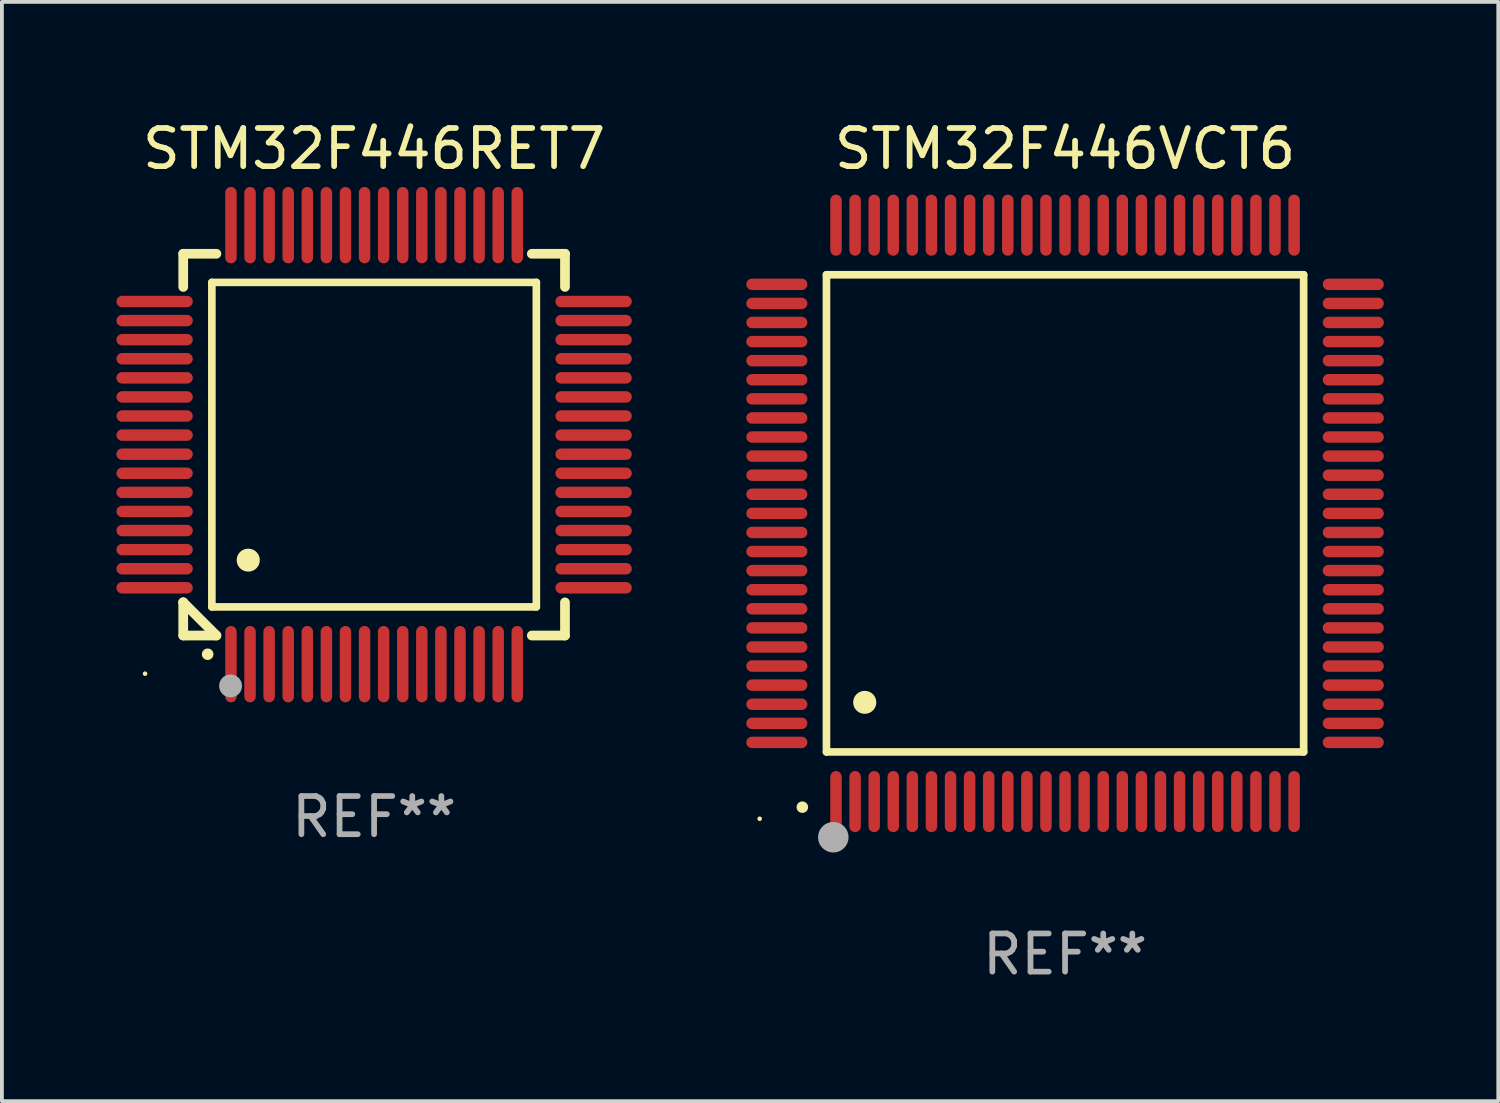
<source format=kicad_pcb>
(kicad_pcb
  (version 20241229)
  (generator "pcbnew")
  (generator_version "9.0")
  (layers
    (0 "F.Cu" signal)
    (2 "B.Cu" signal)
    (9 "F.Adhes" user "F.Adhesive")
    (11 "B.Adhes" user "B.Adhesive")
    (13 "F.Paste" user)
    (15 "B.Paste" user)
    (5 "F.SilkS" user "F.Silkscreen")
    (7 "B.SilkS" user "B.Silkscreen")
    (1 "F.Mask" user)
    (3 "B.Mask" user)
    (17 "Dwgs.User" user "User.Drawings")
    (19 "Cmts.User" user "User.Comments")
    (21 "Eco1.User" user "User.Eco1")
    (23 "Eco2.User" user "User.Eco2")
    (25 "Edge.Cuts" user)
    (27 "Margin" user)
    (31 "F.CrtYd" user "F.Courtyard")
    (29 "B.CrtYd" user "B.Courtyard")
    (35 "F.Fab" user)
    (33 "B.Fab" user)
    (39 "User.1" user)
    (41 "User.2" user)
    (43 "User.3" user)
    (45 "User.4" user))
  (footprint "STM32F446RET7"
    (layer "F.Cu")
    (at 6.75 8.598)
    (property "Reference" "STM32F446RET7" (at 0 -7.75 0) (layer "F.SilkS") (effects (font (size 1 1) (thickness 0.15))))
    (attr through_hole)
    (fp_line (start -5 -5) (end -4.131 -5) (stroke (width 0.254) (type solid)) (layer "F.SilkS"))
    (fp_line (start -5 -4.131) (end -5 -5) (stroke (width 0.254) (type solid)) (layer "F.SilkS"))
    (fp_line (start -5 4.131) (end -5 4.131) (stroke (width 0.254) (type solid)) (layer "F.SilkS"))
    (fp_line (start -5 5) (end -5 4.131) (stroke (width 0.254) (type solid)) (layer "F.SilkS"))
    (fp_line (start -5 4.131) (end -4.131 5) (stroke (width 0.254) (type solid)) (layer "F.SilkS"))
    (fp_line (start -4.25 -4.25) (end -4.25 4.25) (stroke (width 0.2) (type solid)) (layer "F.SilkS"))
    (fp_line (start -4.25 4.25) (end 4.25 4.25) (stroke (width 0.2) (type solid)) (layer "F.SilkS"))
    (fp_line (start -4.131 5) (end -5 5) (stroke (width 0.254) (type solid)) (layer "F.SilkS"))
    (fp_line (start 4.25 -4.25) (end -4.25 -4.25) (stroke (width 0.2) (type solid)) (layer "F.SilkS"))
    (fp_line (start 4.25 4.25) (end 4.25 -4.25) (stroke (width 0.2) (type solid)) (layer "F.SilkS"))
    (fp_line (start 5 -5) (end 4.131 -5) (stroke (width 0.254) (type solid)) (layer "F.SilkS"))
    (fp_line (start 5 -5) (end 5 -4.131) (stroke (width 0.254) (type solid)) (layer "F.SilkS"))
    (fp_line (start 5 4.131) (end 5 5) (stroke (width 0.254) (type solid)) (layer "F.SilkS"))
    (fp_line (start 5 5) (end 4.131 5) (stroke (width 0.254) (type solid)) (layer "F.SilkS"))
    (fp_arc (start -4.361265 5.489992) (mid -4.359995 5.489987) (end -4.358725 5.489992) (stroke (width 0.3) (type solid)) (layer "F.SilkS"))
    (fp_arc (start -3.299467 3.025146) (mid -3.296927 3.025135) (end -3.294387 3.025146) (stroke (width 0.6) (type solid)) (layer "F.SilkS"))
    (fp_circle (center -6 6) (end -5.97 6) (stroke (width 0.06) (type solid)) (fill no) (layer "F.SilkS"))
    (fp_circle (center -3.76 6.32) (end -3.61 6.32) (stroke (width 0.3) (type solid)) (fill no) (layer "F.Fab"))
    (fp_text user "REF**" (at 0 9.75 0) (layer "F.Fab") (effects (font (size 1 1) (thickness 0.15))))
    (pad "1" smd oval (at -3.75 5.75) (size 0.3 2) (layers "F.Cu" "F.Mask" "F.Paste"))
    (pad "2" smd oval (at -3.25 5.75) (size 0.3 2) (layers "F.Cu" "F.Mask" "F.Paste"))
    (pad "3" smd oval (at -2.75 5.75) (size 0.3 2) (layers "F.Cu" "F.Mask" "F.Paste"))
    (pad "4" smd oval (at -2.25 5.75) (size 0.3 2) (layers "F.Cu" "F.Mask" "F.Paste"))
    (pad "5" smd oval (at -1.75 5.75) (size 0.3 2) (layers "F.Cu" "F.Mask" "F.Paste"))
    (pad "6" smd oval (at -1.25 5.75) (size 0.3 2) (layers "F.Cu" "F.Mask" "F.Paste"))
    (pad "7" smd oval (at -0.75 5.75) (size 0.3 2) (layers "F.Cu" "F.Mask" "F.Paste"))
    (pad "8" smd oval (at -0.25 5.75) (size 0.3 2) (layers "F.Cu" "F.Mask" "F.Paste"))
    (pad "9" smd oval (at 0.25 5.75) (size 0.3 2) (layers "F.Cu" "F.Mask" "F.Paste"))
    (pad "10" smd oval (at 0.75 5.75) (size 0.3 2) (layers "F.Cu" "F.Mask" "F.Paste"))
    (pad "11" smd oval (at 1.25 5.75) (size 0.3 2) (layers "F.Cu" "F.Mask" "F.Paste"))
    (pad "12" smd oval (at 1.75 5.75) (size 0.3 2) (layers "F.Cu" "F.Mask" "F.Paste"))
    (pad "13" smd oval (at 2.25 5.75) (size 0.3 2) (layers "F.Cu" "F.Mask" "F.Paste"))
    (pad "14" smd oval (at 2.75 5.75) (size 0.3 2) (layers "F.Cu" "F.Mask" "F.Paste"))
    (pad "15" smd oval (at 3.25 5.75) (size 0.3 2) (layers "F.Cu" "F.Mask" "F.Paste"))
    (pad "16" smd oval (at 3.75 5.75) (size 0.3 2) (layers "F.Cu" "F.Mask" "F.Paste"))
    (pad "17" smd oval (at 5.75 3.75) (size 2 0.3) (layers "F.Cu" "F.Mask" "F.Paste"))
    (pad "18" smd oval (at 5.75 3.25) (size 2 0.3) (layers "F.Cu" "F.Mask" "F.Paste"))
    (pad "19" smd oval (at 5.75 2.75) (size 2 0.3) (layers "F.Cu" "F.Mask" "F.Paste"))
    (pad "20" smd oval (at 5.75 2.25) (size 2 0.3) (layers "F.Cu" "F.Mask" "F.Paste"))
    (pad "21" smd oval (at 5.75 1.75) (size 2 0.3) (layers "F.Cu" "F.Mask" "F.Paste"))
    (pad "22" smd oval (at 5.75 1.25) (size 2 0.3) (layers "F.Cu" "F.Mask" "F.Paste"))
    (pad "23" smd oval (at 5.75 0.75) (size 2 0.3) (layers "F.Cu" "F.Mask" "F.Paste"))
    (pad "24" smd oval (at 5.75 0.25) (size 2 0.3) (layers "F.Cu" "F.Mask" "F.Paste"))
    (pad "25" smd oval (at 5.75 -0.25) (size 2 0.3) (layers "F.Cu" "F.Mask" "F.Paste"))
    (pad "26" smd oval (at 5.75 -0.75) (size 2 0.3) (layers "F.Cu" "F.Mask" "F.Paste"))
    (pad "27" smd oval (at 5.75 -1.25) (size 2 0.3) (layers "F.Cu" "F.Mask" "F.Paste"))
    (pad "28" smd oval (at 5.75 -1.75) (size 2 0.3) (layers "F.Cu" "F.Mask" "F.Paste"))
    (pad "29" smd oval (at 5.75 -2.25) (size 2 0.3) (layers "F.Cu" "F.Mask" "F.Paste"))
    (pad "30" smd oval (at 5.75 -2.75) (size 2 0.3) (layers "F.Cu" "F.Mask" "F.Paste"))
    (pad "31" smd oval (at 5.75 -3.25) (size 2 0.3) (layers "F.Cu" "F.Mask" "F.Paste"))
    (pad "32" smd oval (at 5.75 -3.75) (size 2 0.3) (layers "F.Cu" "F.Mask" "F.Paste"))
    (pad "33" smd oval (at 3.75 -5.75) (size 0.3 2) (layers "F.Cu" "F.Mask" "F.Paste"))
    (pad "34" smd oval (at 3.25 -5.75) (size 0.3 2) (layers "F.Cu" "F.Mask" "F.Paste"))
    (pad "35" smd oval (at 2.75 -5.75) (size 0.3 2) (layers "F.Cu" "F.Mask" "F.Paste"))
    (pad "36" smd oval (at 2.25 -5.75) (size 0.3 2) (layers "F.Cu" "F.Mask" "F.Paste"))
    (pad "37" smd oval (at 1.75 -5.75) (size 0.3 2) (layers "F.Cu" "F.Mask" "F.Paste"))
    (pad "38" smd oval (at 1.25 -5.75) (size 0.3 2) (layers "F.Cu" "F.Mask" "F.Paste"))
    (pad "39" smd oval (at 0.75 -5.75) (size 0.3 2) (layers "F.Cu" "F.Mask" "F.Paste"))
    (pad "40" smd oval (at 0.25 -5.75) (size 0.3 2) (layers "F.Cu" "F.Mask" "F.Paste"))
    (pad "41" smd oval (at -0.25 -5.75) (size 0.3 2) (layers "F.Cu" "F.Mask" "F.Paste"))
    (pad "42" smd oval (at -0.75 -5.75) (size 0.3 2) (layers "F.Cu" "F.Mask" "F.Paste"))
    (pad "43" smd oval (at -1.25 -5.75) (size 0.3 2) (layers "F.Cu" "F.Mask" "F.Paste"))
    (pad "44" smd oval (at -1.75 -5.75) (size 0.3 2) (layers "F.Cu" "F.Mask" "F.Paste"))
    (pad "45" smd oval (at -2.25 -5.75) (size 0.3 2) (layers "F.Cu" "F.Mask" "F.Paste"))
    (pad "46" smd oval (at -2.75 -5.75) (size 0.3 2) (layers "F.Cu" "F.Mask" "F.Paste"))
    (pad "47" smd oval (at -3.25 -5.75) (size 0.3 2) (layers "F.Cu" "F.Mask" "F.Paste"))
    (pad "48" smd oval (at -3.75 -5.75) (size 0.3 2) (layers "F.Cu" "F.Mask" "F.Paste"))
    (pad "49" smd oval (at -5.75 -3.75) (size 2 0.3) (layers "F.Cu" "F.Mask" "F.Paste"))
    (pad "50" smd oval (at -5.75 -3.25) (size 2 0.3) (layers "F.Cu" "F.Mask" "F.Paste"))
    (pad "51" smd oval (at -5.75 -2.75) (size 2 0.3) (layers "F.Cu" "F.Mask" "F.Paste"))
    (pad "52" smd oval (at -5.75 -2.25) (size 2 0.3) (layers "F.Cu" "F.Mask" "F.Paste"))
    (pad "53" smd oval (at -5.75 -1.75) (size 2 0.3) (layers "F.Cu" "F.Mask" "F.Paste"))
    (pad "54" smd oval (at -5.75 -1.25) (size 2 0.3) (layers "F.Cu" "F.Mask" "F.Paste"))
    (pad "55" smd oval (at -5.75 -0.75) (size 2 0.3) (layers "F.Cu" "F.Mask" "F.Paste"))
    (pad "56" smd oval (at -5.75 -0.25) (size 2 0.3) (layers "F.Cu" "F.Mask" "F.Paste"))
    (pad "57" smd oval (at -5.75 0.25) (size 2 0.3) (layers "F.Cu" "F.Mask" "F.Paste"))
    (pad "58" smd oval (at -5.75 0.75) (size 2 0.3) (layers "F.Cu" "F.Mask" "F.Paste"))
    (pad "59" smd oval (at -5.75 1.25) (size 2 0.3) (layers "F.Cu" "F.Mask" "F.Paste"))
    (pad "60" smd oval (at -5.75 1.75) (size 2 0.3) (layers "F.Cu" "F.Mask" "F.Paste"))
    (pad "61" smd oval (at -5.75 2.25) (size 2 0.3) (layers "F.Cu" "F.Mask" "F.Paste"))
    (pad "62" smd oval (at -5.75 2.75) (size 2 0.3) (layers "F.Cu" "F.Mask" "F.Paste"))
    (pad "63" smd oval (at -5.75 3.25) (size 2 0.3) (layers "F.Cu" "F.Mask" "F.Paste"))
    (pad "64" smd oval (at -5.75 3.75) (size 2 0.3) (layers "F.Cu" "F.Mask" "F.Paste")))
  (footprint "STM32F446VCT6"
    (layer "F.Cu")
    (at 24.85 10.398)
    (property "Reference" "STM32F446VCT6" (at 0 -9.55 0) (layer "F.SilkS") (effects (font (size 1 1) (thickness 0.15))))
    (attr through_hole)
    (fp_line (start -6.25 -6.25) (end -6.25 6.25) (stroke (width 0.2) (type solid)) (layer "F.SilkS"))
    (fp_line (start -6.25 6.25) (end 6.25 6.25) (stroke (width 0.2) (type solid)) (layer "F.SilkS"))
    (fp_line (start 6.25 -6.25) (end -6.25 -6.25) (stroke (width 0.2) (type solid)) (layer "F.SilkS"))
    (fp_line (start 6.25 6.25) (end 6.25 -6.25) (stroke (width 0.2) (type solid)) (layer "F.SilkS"))
    (fp_arc (start -6.883414 7.696215) (mid -6.882144 7.69621) (end -6.880874 7.696215) (stroke (width 0.3) (type solid)) (layer "F.SilkS"))
    (fp_arc (start -5.250191 4.95047) (mid -5.247651 4.950459) (end -5.245111 4.95047) (stroke (width 0.6) (type solid)) (layer "F.SilkS"))
    (fp_circle (center -8 8) (end -7.97 8) (stroke (width 0.06) (type solid)) (fill no) (layer "F.SilkS"))
    (fp_circle (center -6.071 8.484) (end -5.871 8.484) (stroke (width 0.4) (type solid)) (fill no) (layer "F.Fab"))
    (fp_text user "REF**" (at 0 11.55 0) (layer "F.Fab") (effects (font (size 1 1) (thickness 0.15))))
    (pad "1" smd oval (at -6 7.55) (size 0.3 1.6) (layers "F.Cu" "F.Mask" "F.Paste"))
    (pad "2" smd oval (at -5.5 7.55) (size 0.3 1.6) (layers "F.Cu" "F.Mask" "F.Paste"))
    (pad "3" smd oval (at -5 7.55) (size 0.3 1.6) (layers "F.Cu" "F.Mask" "F.Paste"))
    (pad "4" smd oval (at -4.5 7.55) (size 0.3 1.6) (layers "F.Cu" "F.Mask" "F.Paste"))
    (pad "5" smd oval (at -4 7.55) (size 0.3 1.6) (layers "F.Cu" "F.Mask" "F.Paste"))
    (pad "6" smd oval (at -3.5 7.55) (size 0.3 1.6) (layers "F.Cu" "F.Mask" "F.Paste"))
    (pad "7" smd oval (at -3 7.55) (size 0.3 1.6) (layers "F.Cu" "F.Mask" "F.Paste"))
    (pad "8" smd oval (at -2.5 7.55) (size 0.3 1.6) (layers "F.Cu" "F.Mask" "F.Paste"))
    (pad "9" smd oval (at -2 7.55) (size 0.3 1.6) (layers "F.Cu" "F.Mask" "F.Paste"))
    (pad "10" smd oval (at -1.5 7.55) (size 0.3 1.6) (layers "F.Cu" "F.Mask" "F.Paste"))
    (pad "11" smd oval (at -1 7.55) (size 0.3 1.6) (layers "F.Cu" "F.Mask" "F.Paste"))
    (pad "12" smd oval (at -0.5 7.55) (size 0.3 1.6) (layers "F.Cu" "F.Mask" "F.Paste"))
    (pad "13" smd oval (at 0 7.55) (size 0.3 1.6) (layers "F.Cu" "F.Mask" "F.Paste"))
    (pad "14" smd oval (at 0.5 7.55) (size 0.3 1.6) (layers "F.Cu" "F.Mask" "F.Paste"))
    (pad "15" smd oval (at 1 7.55) (size 0.3 1.6) (layers "F.Cu" "F.Mask" "F.Paste"))
    (pad "16" smd oval (at 1.5 7.55) (size 0.3 1.6) (layers "F.Cu" "F.Mask" "F.Paste"))
    (pad "17" smd oval (at 2 7.55) (size 0.3 1.6) (layers "F.Cu" "F.Mask" "F.Paste"))
    (pad "18" smd oval (at 2.5 7.55) (size 0.3 1.6) (layers "F.Cu" "F.Mask" "F.Paste"))
    (pad "19" smd oval (at 3 7.55) (size 0.3 1.6) (layers "F.Cu" "F.Mask" "F.Paste"))
    (pad "20" smd oval (at 3.5 7.55) (size 0.3 1.6) (layers "F.Cu" "F.Mask" "F.Paste"))
    (pad "21" smd oval (at 4 7.55) (size 0.3 1.6) (layers "F.Cu" "F.Mask" "F.Paste"))
    (pad "22" smd oval (at 4.5 7.55) (size 0.3 1.6) (layers "F.Cu" "F.Mask" "F.Paste"))
    (pad "23" smd oval (at 5 7.55) (size 0.3 1.6) (layers "F.Cu" "F.Mask" "F.Paste"))
    (pad "24" smd oval (at 5.5 7.55) (size 0.3 1.6) (layers "F.Cu" "F.Mask" "F.Paste"))
    (pad "25" smd oval (at 6 7.55) (size 0.3 1.6) (layers "F.Cu" "F.Mask" "F.Paste"))
    (pad "26" smd oval (at 7.55 6) (size 1.6 0.3) (layers "F.Cu" "F.Mask" "F.Paste"))
    (pad "27" smd oval (at 7.55 5.5) (size 1.6 0.3) (layers "F.Cu" "F.Mask" "F.Paste"))
    (pad "28" smd oval (at 7.55 5) (size 1.6 0.3) (layers "F.Cu" "F.Mask" "F.Paste"))
    (pad "29" smd oval (at 7.55 4.5) (size 1.6 0.3) (layers "F.Cu" "F.Mask" "F.Paste"))
    (pad "30" smd oval (at 7.55 4) (size 1.6 0.3) (layers "F.Cu" "F.Mask" "F.Paste"))
    (pad "31" smd oval (at 7.55 3.5) (size 1.6 0.3) (layers "F.Cu" "F.Mask" "F.Paste"))
    (pad "32" smd oval (at 7.55 3) (size 1.6 0.3) (layers "F.Cu" "F.Mask" "F.Paste"))
    (pad "33" smd oval (at 7.55 2.5) (size 1.6 0.3) (layers "F.Cu" "F.Mask" "F.Paste"))
    (pad "34" smd oval (at 7.55 2) (size 1.6 0.3) (layers "F.Cu" "F.Mask" "F.Paste"))
    (pad "35" smd oval (at 7.55 1.5) (size 1.6 0.3) (layers "F.Cu" "F.Mask" "F.Paste"))
    (pad "36" smd oval (at 7.55 1) (size 1.6 0.3) (layers "F.Cu" "F.Mask" "F.Paste"))
    (pad "37" smd oval (at 7.55 0.5) (size 1.6 0.3) (layers "F.Cu" "F.Mask" "F.Paste"))
    (pad "38" smd oval (at 7.55 0) (size 1.6 0.3) (layers "F.Cu" "F.Mask" "F.Paste"))
    (pad "39" smd oval (at 7.55 -0.5) (size 1.6 0.3) (layers "F.Cu" "F.Mask" "F.Paste"))
    (pad "40" smd oval (at 7.55 -1) (size 1.6 0.3) (layers "F.Cu" "F.Mask" "F.Paste"))
    (pad "41" smd oval (at 7.55 -1.5) (size 1.6 0.3) (layers "F.Cu" "F.Mask" "F.Paste"))
    (pad "42" smd oval (at 7.55 -2) (size 1.6 0.3) (layers "F.Cu" "F.Mask" "F.Paste"))
    (pad "43" smd oval (at 7.55 -2.5) (size 1.6 0.3) (layers "F.Cu" "F.Mask" "F.Paste"))
    (pad "44" smd oval (at 7.55 -3) (size 1.6 0.3) (layers "F.Cu" "F.Mask" "F.Paste"))
    (pad "45" smd oval (at 7.55 -3.5) (size 1.6 0.3) (layers "F.Cu" "F.Mask" "F.Paste"))
    (pad "46" smd oval (at 7.55 -4) (size 1.6 0.3) (layers "F.Cu" "F.Mask" "F.Paste"))
    (pad "47" smd oval (at 7.55 -4.5) (size 1.6 0.3) (layers "F.Cu" "F.Mask" "F.Paste"))
    (pad "48" smd oval (at 7.55 -5) (size 1.6 0.3) (layers "F.Cu" "F.Mask" "F.Paste"))
    (pad "49" smd oval (at 7.55 -5.5) (size 1.6 0.3) (layers "F.Cu" "F.Mask" "F.Paste"))
    (pad "50" smd oval (at 7.55 -6) (size 1.6 0.3) (layers "F.Cu" "F.Mask" "F.Paste"))
    (pad "51" smd oval (at 6 -7.55) (size 0.3 1.6) (layers "F.Cu" "F.Mask" "F.Paste"))
    (pad "52" smd oval (at 5.5 -7.55) (size 0.3 1.6) (layers "F.Cu" "F.Mask" "F.Paste"))
    (pad "53" smd oval (at 5 -7.55) (size 0.3 1.6) (layers "F.Cu" "F.Mask" "F.Paste"))
    (pad "54" smd oval (at 4.5 -7.55) (size 0.3 1.6) (layers "F.Cu" "F.Mask" "F.Paste"))
    (pad "55" smd oval (at 4 -7.55) (size 0.3 1.6) (layers "F.Cu" "F.Mask" "F.Paste"))
    (pad "56" smd oval (at 3.5 -7.55) (size 0.3 1.6) (layers "F.Cu" "F.Mask" "F.Paste"))
    (pad "57" smd oval (at 3 -7.55) (size 0.3 1.6) (layers "F.Cu" "F.Mask" "F.Paste"))
    (pad "58" smd oval (at 2.5 -7.55) (size 0.3 1.6) (layers "F.Cu" "F.Mask" "F.Paste"))
    (pad "59" smd oval (at 2 -7.55) (size 0.3 1.6) (layers "F.Cu" "F.Mask" "F.Paste"))
    (pad "60" smd oval (at 1.5 -7.55) (size 0.3 1.6) (layers "F.Cu" "F.Mask" "F.Paste"))
    (pad "61" smd oval (at 1 -7.55) (size 0.3 1.6) (layers "F.Cu" "F.Mask" "F.Paste"))
    (pad "62" smd oval (at 0.5 -7.55) (size 0.3 1.6) (layers "F.Cu" "F.Mask" "F.Paste"))
    (pad "63" smd oval (at 0 -7.55) (size 0.3 1.6) (layers "F.Cu" "F.Mask" "F.Paste"))
    (pad "64" smd oval (at -0.5 -7.55) (size 0.3 1.6) (layers "F.Cu" "F.Mask" "F.Paste"))
    (pad "65" smd oval (at -1 -7.55) (size 0.3 1.6) (layers "F.Cu" "F.Mask" "F.Paste"))
    (pad "66" smd oval (at -1.5 -7.55) (size 0.3 1.6) (layers "F.Cu" "F.Mask" "F.Paste"))
    (pad "67" smd oval (at -2 -7.55) (size 0.3 1.6) (layers "F.Cu" "F.Mask" "F.Paste"))
    (pad "68" smd oval (at -2.5 -7.55) (size 0.3 1.6) (layers "F.Cu" "F.Mask" "F.Paste"))
    (pad "69" smd oval (at -3 -7.55) (size 0.3 1.6) (layers "F.Cu" "F.Mask" "F.Paste"))
    (pad "70" smd oval (at -3.5 -7.55) (size 0.3 1.6) (layers "F.Cu" "F.Mask" "F.Paste"))
    (pad "71" smd oval (at -4 -7.55) (size 0.3 1.6) (layers "F.Cu" "F.Mask" "F.Paste"))
    (pad "72" smd oval (at -4.5 -7.55) (size 0.3 1.6) (layers "F.Cu" "F.Mask" "F.Paste"))
    (pad "73" smd oval (at -5 -7.55) (size 0.3 1.6) (layers "F.Cu" "F.Mask" "F.Paste"))
    (pad "74" smd oval (at -5.5 -7.55) (size 0.3 1.6) (layers "F.Cu" "F.Mask" "F.Paste"))
    (pad "75" smd oval (at -6 -7.55) (size 0.3 1.6) (layers "F.Cu" "F.Mask" "F.Paste"))
    (pad "76" smd oval (at -7.55 -6) (size 1.6 0.3) (layers "F.Cu" "F.Mask" "F.Paste"))
    (pad "77" smd oval (at -7.55 -5.5) (size 1.6 0.3) (layers "F.Cu" "F.Mask" "F.Paste"))
    (pad "78" smd oval (at -7.55 -5) (size 1.6 0.3) (layers "F.Cu" "F.Mask" "F.Paste"))
    (pad "79" smd oval (at -7.55 -4.5) (size 1.6 0.3) (layers "F.Cu" "F.Mask" "F.Paste"))
    (pad "80" smd oval (at -7.55 -4) (size 1.6 0.3) (layers "F.Cu" "F.Mask" "F.Paste"))
    (pad "81" smd oval (at -7.55 -3.5) (size 1.6 0.3) (layers "F.Cu" "F.Mask" "F.Paste"))
    (pad "82" smd oval (at -7.55 -3) (size 1.6 0.3) (layers "F.Cu" "F.Mask" "F.Paste"))
    (pad "83" smd oval (at -7.55 -2.5) (size 1.6 0.3) (layers "F.Cu" "F.Mask" "F.Paste"))
    (pad "84" smd oval (at -7.55 -2) (size 1.6 0.3) (layers "F.Cu" "F.Mask" "F.Paste"))
    (pad "85" smd oval (at -7.55 -1.5) (size 1.6 0.3) (layers "F.Cu" "F.Mask" "F.Paste"))
    (pad "86" smd oval (at -7.55 -1) (size 1.6 0.3) (layers "F.Cu" "F.Mask" "F.Paste"))
    (pad "87" smd oval (at -7.55 -0.5) (size 1.6 0.3) (layers "F.Cu" "F.Mask" "F.Paste"))
    (pad "88" smd oval (at -7.55 0) (size 1.6 0.3) (layers "F.Cu" "F.Mask" "F.Paste"))
    (pad "89" smd oval (at -7.55 0.5) (size 1.6 0.3) (layers "F.Cu" "F.Mask" "F.Paste"))
    (pad "90" smd oval (at -7.55 1) (size 1.6 0.3) (layers "F.Cu" "F.Mask" "F.Paste"))
    (pad "91" smd oval (at -7.55 1.5) (size 1.6 0.3) (layers "F.Cu" "F.Mask" "F.Paste"))
    (pad "92" smd oval (at -7.55 2) (size 1.6 0.3) (layers "F.Cu" "F.Mask" "F.Paste"))
    (pad "93" smd oval (at -7.55 2.5) (size 1.6 0.3) (layers "F.Cu" "F.Mask" "F.Paste"))
    (pad "94" smd oval (at -7.55 3) (size 1.6 0.3) (layers "F.Cu" "F.Mask" "F.Paste"))
    (pad "95" smd oval (at -7.55 3.5) (size 1.6 0.3) (layers "F.Cu" "F.Mask" "F.Paste"))
    (pad "96" smd oval (at -7.55 4) (size 1.6 0.3) (layers "F.Cu" "F.Mask" "F.Paste"))
    (pad "97" smd oval (at -7.55 4.5) (size 1.6 0.3) (layers "F.Cu" "F.Mask" "F.Paste"))
    (pad "98" smd oval (at -7.55 5) (size 1.6 0.3) (layers "F.Cu" "F.Mask" "F.Paste"))
    (pad "99" smd oval (at -7.55 5.5) (size 1.6 0.3) (layers "F.Cu" "F.Mask" "F.Paste"))
    (pad "100" smd oval (at -7.55 6) (size 1.6 0.3) (layers "F.Cu" "F.Mask" "F.Paste")))
  (gr_rect
    (start -3 -3)
    (end 36.199 25.796)
    (stroke (width 0.1) (type default))
    (fill no)
    (layer "Edge.Cuts")))
</source>
